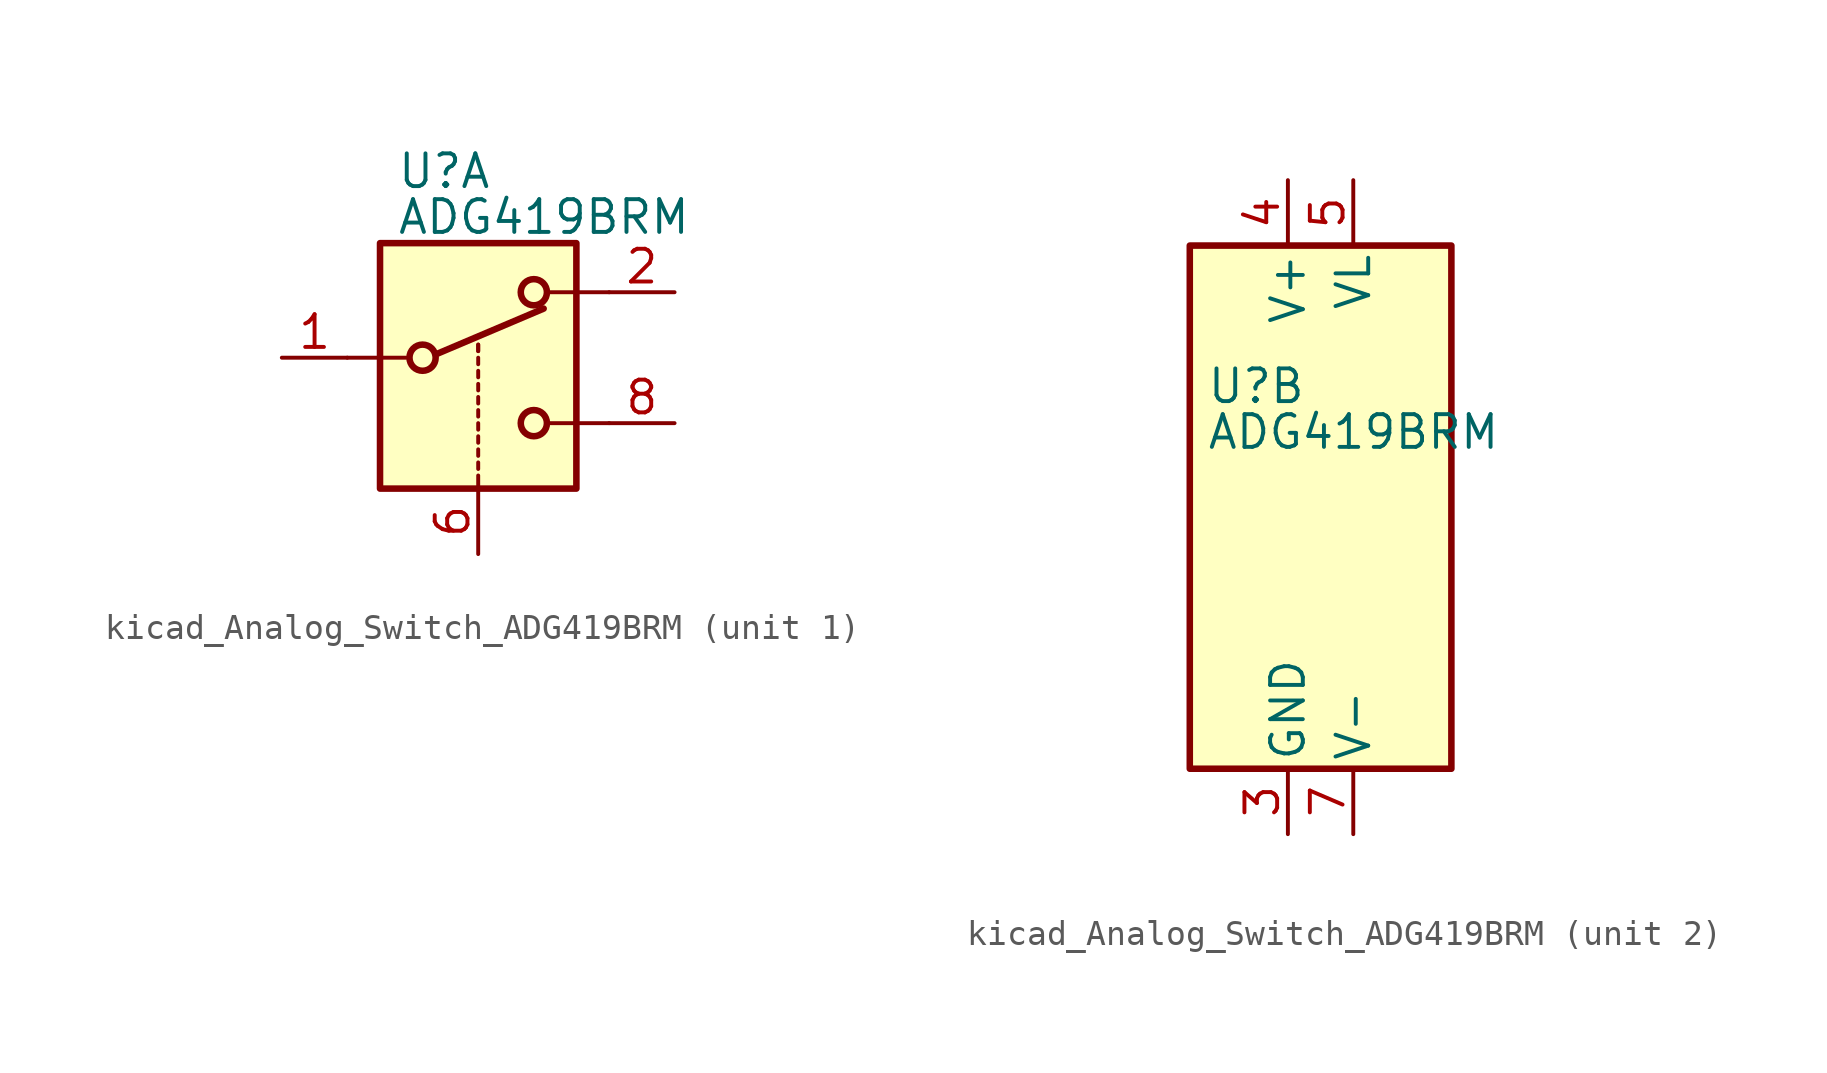
<source format=kicad_sym>
(kicad_symbol_lib
  (version 20220914)
  (generator kicad_symbol_editor)
  (symbol "kicad_Analog_Switch_ADG419BRM"
    (pin_names
      (offset 0.254))
    (property "Reference" "U"
      (at -3.175 4.699 0)
      (effects (font (size 1.27 1.27)) (justify left)))
    (property "Value" "ADG419BRM"
      (at -3.175 2.921 0)
      (effects (font (size 1.27 1.27)) (justify left)))
    (symbol "kicad_Analog_Switch_ADG419BRM_1_1"
      (rectangle (start -3.81 1.905) (end 3.81 -7.62) (stroke (width 0.254) (type default)) (fill (type background)))
      (circle (center -2.159 -2.54) (radius 0.508) (stroke (width 0.254) (type default)) (fill (type none)))
      (polyline (pts (xy -5.08 -2.54) (xy -2.794 -2.54)) (stroke (width 0) (type default)) (fill (type none)))
      (polyline (pts (xy -1.651 -2.413) (xy 2.54 -0.635)) (stroke (width 0.254) (type default)) (fill (type none)))
      (polyline (pts (xy 0 -7.62) (xy 0 -7.112)) (stroke (width 0) (type default)) (fill (type none)))
      (polyline (pts (xy 0 -6.858) (xy 0 -6.604)) (stroke (width 0) (type default)) (fill (type none)))
      (polyline (pts (xy 0 -6.35) (xy 0 -6.096)) (stroke (width 0) (type default)) (fill (type none)))
      (polyline (pts (xy 0 -5.842) (xy 0 -5.588)) (stroke (width 0) (type default)) (fill (type none)))
      (polyline (pts (xy 0 -5.334) (xy 0 -5.08)) (stroke (width 0) (type default)) (fill (type none)))
      (polyline (pts (xy 0 -4.826) (xy 0 -4.572)) (stroke (width 0) (type default)) (fill (type none)))
      (polyline (pts (xy 0 -4.318) (xy 0 -4.064)) (stroke (width 0) (type default)) (fill (type none)))
      (polyline (pts (xy 0 -3.81) (xy 0 -3.556)) (stroke (width 0) (type default)) (fill (type none)))
      (polyline (pts (xy 0 -3.302) (xy 0 -3.048)) (stroke (width 0) (type default)) (fill (type none)))
      (polyline (pts (xy 0 -2.794) (xy 0 -2.54)) (stroke (width 0) (type default)) (fill (type none)))
      (polyline (pts (xy 0 -2.286) (xy 0 -2.032)) (stroke (width 0) (type default)) (fill (type none)))
      (polyline (pts (xy 0 -2.286) (xy 0 -2.032)) (stroke (width 0) (type default)) (fill (type none)))
      (polyline (pts (xy 5.08 -5.08) (xy 2.794 -5.08)) (stroke (width 0) (type default)) (fill (type none)))
      (polyline (pts (xy 5.08 0) (xy 2.794 0)) (stroke (width 0) (type default)) (fill (type none)))
      (circle (center 2.159 -5.08) (radius 0.508) (stroke (width 0.254) (type default)) (fill (type none)))
      (circle (center 2.159 0) (radius 0.508) (stroke (width 0.254) (type default)) (fill (type none)))
      (pin passive line (at -7.62 -2.54 0) (length 2.54) (name "~" (effects (font (size 1.27 1.27)))) (number "1" (effects (font (size 1.27 1.27)))))
      (pin passive line (at 7.62 0 180) (length 2.54) (name "~" (effects (font (size 1.27 1.27)))) (number "2" (effects (font (size 1.27 1.27)))))
      (pin input line (at 0 -10.16 90) (length 2.54) (name "~" (effects (font (size 1.27 1.27)))) (number "6" (effects (font (size 1.27 1.27)))))
      (pin passive line (at 7.62 -5.08 180) (length 2.54) (name "~" (effects (font (size 1.27 1.27)))) (number "8" (effects (font (size 1.27 1.27))))))
    (symbol "kicad_Analog_Switch_ADG419BRM_2_0"
      (pin power_in line (at 0 -12.7 90) (length 2.54) (name "GND" (effects (font (size 1.27 1.27)))) (number "3" (effects (font (size 1.27 1.27)))))
      (pin power_in line (at 0 12.7 270) (length 2.54) (name "V+" (effects (font (size 1.27 1.27)))) (number "4" (effects (font (size 1.27 1.27)))))
      (pin power_in line (at 2.54 12.7 270) (length 2.54) (name "VL" (effects (font (size 1.27 1.27)))) (number "5" (effects (font (size 1.27 1.27)))))
      (pin power_in line (at 2.54 -12.7 90) (length 2.54) (name "V-" (effects (font (size 1.27 1.27)))) (number "7" (effects (font (size 1.27 1.27))))))
    (symbol "kicad_Analog_Switch_ADG419BRM_2_1"
      (rectangle (start -3.81 10.16) (end 6.35 -10.16) (stroke (width 0.254) (type default)) (fill (type background))))))
</source>
